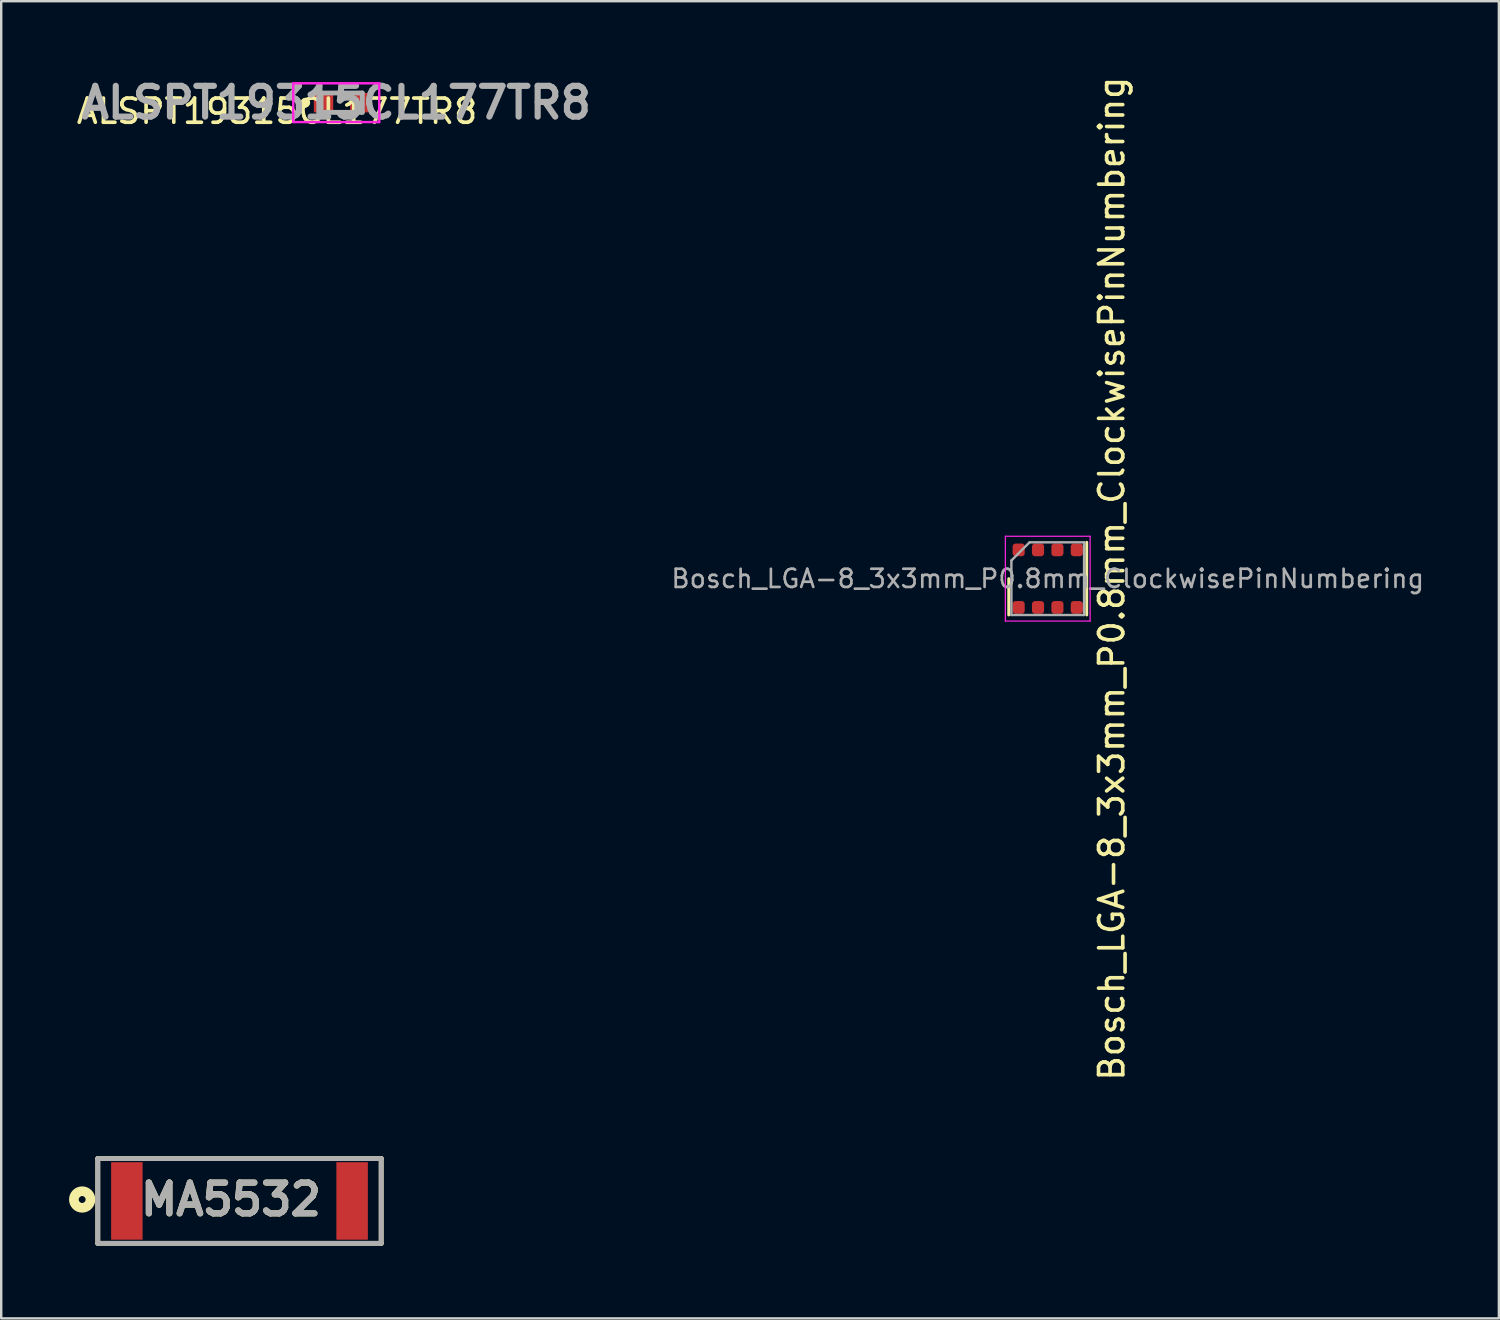
<source format=kicad_pcb>
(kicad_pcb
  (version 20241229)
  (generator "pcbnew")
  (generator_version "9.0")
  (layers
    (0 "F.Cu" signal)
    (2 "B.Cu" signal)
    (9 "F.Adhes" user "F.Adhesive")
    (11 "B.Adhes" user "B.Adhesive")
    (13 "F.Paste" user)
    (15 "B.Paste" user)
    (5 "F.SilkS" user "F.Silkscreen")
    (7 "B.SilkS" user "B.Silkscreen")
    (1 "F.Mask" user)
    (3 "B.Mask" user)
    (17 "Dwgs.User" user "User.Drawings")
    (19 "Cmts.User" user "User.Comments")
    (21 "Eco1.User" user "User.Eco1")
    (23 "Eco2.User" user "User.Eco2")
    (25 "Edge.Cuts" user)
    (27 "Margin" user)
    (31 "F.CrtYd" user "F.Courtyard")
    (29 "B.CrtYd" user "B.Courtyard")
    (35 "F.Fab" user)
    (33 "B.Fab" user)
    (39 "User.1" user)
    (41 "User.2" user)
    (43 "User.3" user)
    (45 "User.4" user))
  (footprint "MA5532"
    (layer "F.Cu")
    (at 6.837 46.529)
    (property "Reference" "MA5532" (at -0.354 -0.062 0) (layer "F.SilkS") (effects (font (size 1.27 1.27) (thickness 0.254))))
    (attr smd)
    (fp_line (start -5.85 -1.75) (end -5.85 1.75) (stroke (width 0.2) (type solid)) (layer "F.SilkS"))
    (fp_line (start -5.85 1.75) (end 5.85 1.75) (stroke (width 0.2) (type solid)) (layer "F.SilkS"))
    (fp_line (start 5.85 -1.75) (end -5.85 -1.75) (stroke (width 0.2) (type solid)) (layer "F.SilkS"))
    (fp_line (start 5.85 1.75) (end 5.85 -1.75) (stroke (width 0.2) (type solid)) (layer "F.SilkS"))
    (fp_circle (center -6.495 -0.059) (end -6.495 0.083) (stroke (width 0.4) (type solid)) (fill no) (layer "F.SilkS"))
    (fp_line (start -5.85 -1.75) (end 5.85 -1.75) (stroke (width 0.2) (type solid)) (layer "F.Fab"))
    (fp_line (start -5.85 1.75) (end -5.85 -1.75) (stroke (width 0.2) (type solid)) (layer "F.Fab"))
    (fp_line (start 5.85 -1.75) (end 5.85 1.75) (stroke (width 0.2) (type solid)) (layer "F.Fab"))
    (fp_line (start 5.85 1.75) (end -5.85 1.75) (stroke (width 0.2) (type solid)) (layer "F.Fab"))
    (fp_text user "${REFERENCE}" (at -0.354 -0.062 0) (layer "F.Fab") (effects (font (size 1.27 1.27) (thickness 0.254))))
    (pad "1" smd rect (at -4.65 0) (size 1.3 3.2) (layers "F.Cu" "F.Mask" "F.Paste"))
    (pad "2" smd rect (at 4.65 0) (size 1.3 3.2) (layers "F.Cu" "F.Mask" "F.Paste")))
  (footprint "ALSPT19315CL177TR8"
    (layer "F.Cu")
    (at 11.056 1.189)
    (property "Reference" "ALSPT19315CL177TR8" (at -2.67 0.353 0) (layer "F.SilkS") (effects (font (size 1 1) (thickness 0.15))))
    (attr smd)
    (fp_line (start -1.5 -0.1) (end -1.5 -0.1) (stroke (width 0.2) (type solid)) (layer "F.SilkS"))
    (fp_line (start -1.5 0.1) (end -1.5 0.1) (stroke (width 0.2) (type solid)) (layer "F.SilkS"))
    (fp_line (start -0.2 -0.4) (end 0.2 -0.4) (stroke (width 0.1) (type solid)) (layer "F.SilkS"))
    (fp_line (start -0.2 0.4) (end 0.2 0.4) (stroke (width 0.1) (type solid)) (layer "F.SilkS"))
    (fp_arc (start -1.5 -0.1) (mid -1.4 0) (end -1.5 0.1) (stroke (width 0.2) (type solid)) (layer "F.SilkS"))
    (fp_arc (start -1.5 0.1) (mid -1.6 0) (end -1.5 -0.1) (stroke (width 0.2) (type solid)) (layer "F.SilkS"))
    (fp_line (start -2 -0.8) (end 1.55 -0.8) (stroke (width 0.1) (type solid)) (layer "F.CrtYd"))
    (fp_line (start -2 0.8) (end -2 -0.8) (stroke (width 0.1) (type solid)) (layer "F.CrtYd"))
    (fp_line (start 1.55 -0.8) (end 1.55 0.8) (stroke (width 0.1) (type solid)) (layer "F.CrtYd"))
    (fp_line (start 1.55 0.8) (end -2 0.8) (stroke (width 0.1) (type solid)) (layer "F.CrtYd"))
    (fp_line (start -0.85 -0.4) (end 0.85 -0.4) (stroke (width 0.2) (type solid)) (layer "F.Fab"))
    (fp_line (start -0.85 0.4) (end -0.85 -0.4) (stroke (width 0.2) (type solid)) (layer "F.Fab"))
    (fp_line (start 0.85 -0.4) (end 0.85 0.4) (stroke (width 0.2) (type solid)) (layer "F.Fab"))
    (fp_line (start 0.85 0.4) (end -0.85 0.4) (stroke (width 0.2) (type solid)) (layer "F.Fab"))
    (fp_text user "${REFERENCE}" (at -0.225 0 0) (layer "F.Fab") (effects (font (size 1.27 1.27) (thickness 0.254))))
    (pad "1" smd rect (at -0.75 0 90) (size 0.8 0.8) (layers "F.Cu" "F.Mask" "F.Paste"))
    (pad "2" smd rect (at 0.75 0 90) (size 0.8 0.8) (layers "F.Cu" "F.Mask" "F.Paste")))
  (footprint "Bosch_LGA-8_3x3mm_P0.8mm_ClockwisePinNumbering"
    (layer "F.Cu")
    (at 40.204 20.839)
    (property "Reference" "Bosch_LGA-8_3x3mm_P0.8mm_ClockwisePinNumbering" (at 2.642 0 90) (layer "F.SilkS") (effects (font (size 1 1) (thickness 0.15))))
    (attr smd)
    (fp_line (start -1.61 0) (end -1.61 1.5) (stroke (width 0.12) (type solid)) (layer "F.SilkS"))
    (fp_line (start 1.61 -1.5) (end 1.61 1.5) (stroke (width 0.12) (type solid)) (layer "F.SilkS"))
    (fp_line (start -1.75 -1.75) (end -1.75 1.75) (stroke (width 0.05) (type solid)) (layer "F.CrtYd"))
    (fp_line (start -1.75 1.75) (end 1.75 1.75) (stroke (width 0.05) (type solid)) (layer "F.CrtYd"))
    (fp_line (start 1.75 -1.75) (end -1.75 -1.75) (stroke (width 0.05) (type solid)) (layer "F.CrtYd"))
    (fp_line (start 1.75 1.75) (end 1.75 -1.75) (stroke (width 0.05) (type solid)) (layer "F.CrtYd"))
    (fp_line (start -1.5 -0.75) (end -0.75 -1.5) (stroke (width 0.1) (type solid)) (layer "F.Fab"))
    (fp_line (start -1.5 1.5) (end -1.5 -0.75) (stroke (width 0.1) (type solid)) (layer "F.Fab"))
    (fp_line (start -0.75 -1.5) (end 1.5 -1.5) (stroke (width 0.1) (type solid)) (layer "F.Fab"))
    (fp_line (start 1.5 -1.5) (end 1.5 1.5) (stroke (width 0.1) (type solid)) (layer "F.Fab"))
    (fp_line (start 1.5 1.5) (end -1.5 1.5) (stroke (width 0.1) (type solid)) (layer "F.Fab"))
    (fp_text user "${REFERENCE}" (at 0 0 180) (layer "F.Fab") (effects (font (size 0.75 0.75) (thickness 0.11))))
    (pad "1" smd roundrect (at -1.2 -1.188) (size 0.5 0.525) (layers "F.Cu" "F.Mask" "F.Paste") (roundrect_rratio 0.25))
    (pad "2" smd roundrect (at -0.4 -1.188) (size 0.5 0.525) (layers "F.Cu" "F.Mask" "F.Paste") (roundrect_rratio 0.25))
    (pad "3" smd roundrect (at 0.4 -1.188) (size 0.5 0.525) (layers "F.Cu" "F.Mask" "F.Paste") (roundrect_rratio 0.25))
    (pad "4" smd roundrect (at 1.2 -1.188) (size 0.5 0.525) (layers "F.Cu" "F.Mask" "F.Paste") (roundrect_rratio 0.25))
    (pad "5" smd roundrect (at 1.2 1.188) (size 0.5 0.525) (layers "F.Cu" "F.Mask" "F.Paste") (roundrect_rratio 0.25))
    (pad "6" smd roundrect (at 0.4 1.188) (size 0.5 0.525) (layers "F.Cu" "F.Mask" "F.Paste") (roundrect_rratio 0.25))
    (pad "7" smd roundrect (at -0.4 1.188) (size 0.5 0.525) (layers "F.Cu" "F.Mask" "F.Paste") (roundrect_rratio 0.25))
    (pad "8" smd roundrect (at -1.2 1.188) (size 0.5 0.525) (layers "F.Cu" "F.Mask" "F.Paste") (roundrect_rratio 0.25)))
  (gr_rect
    (start -3 -3)
    (end 58.829 51.379)
    (stroke (width 0.1) (type default))
    (fill no)
    (layer "Edge.Cuts")))
</source>
